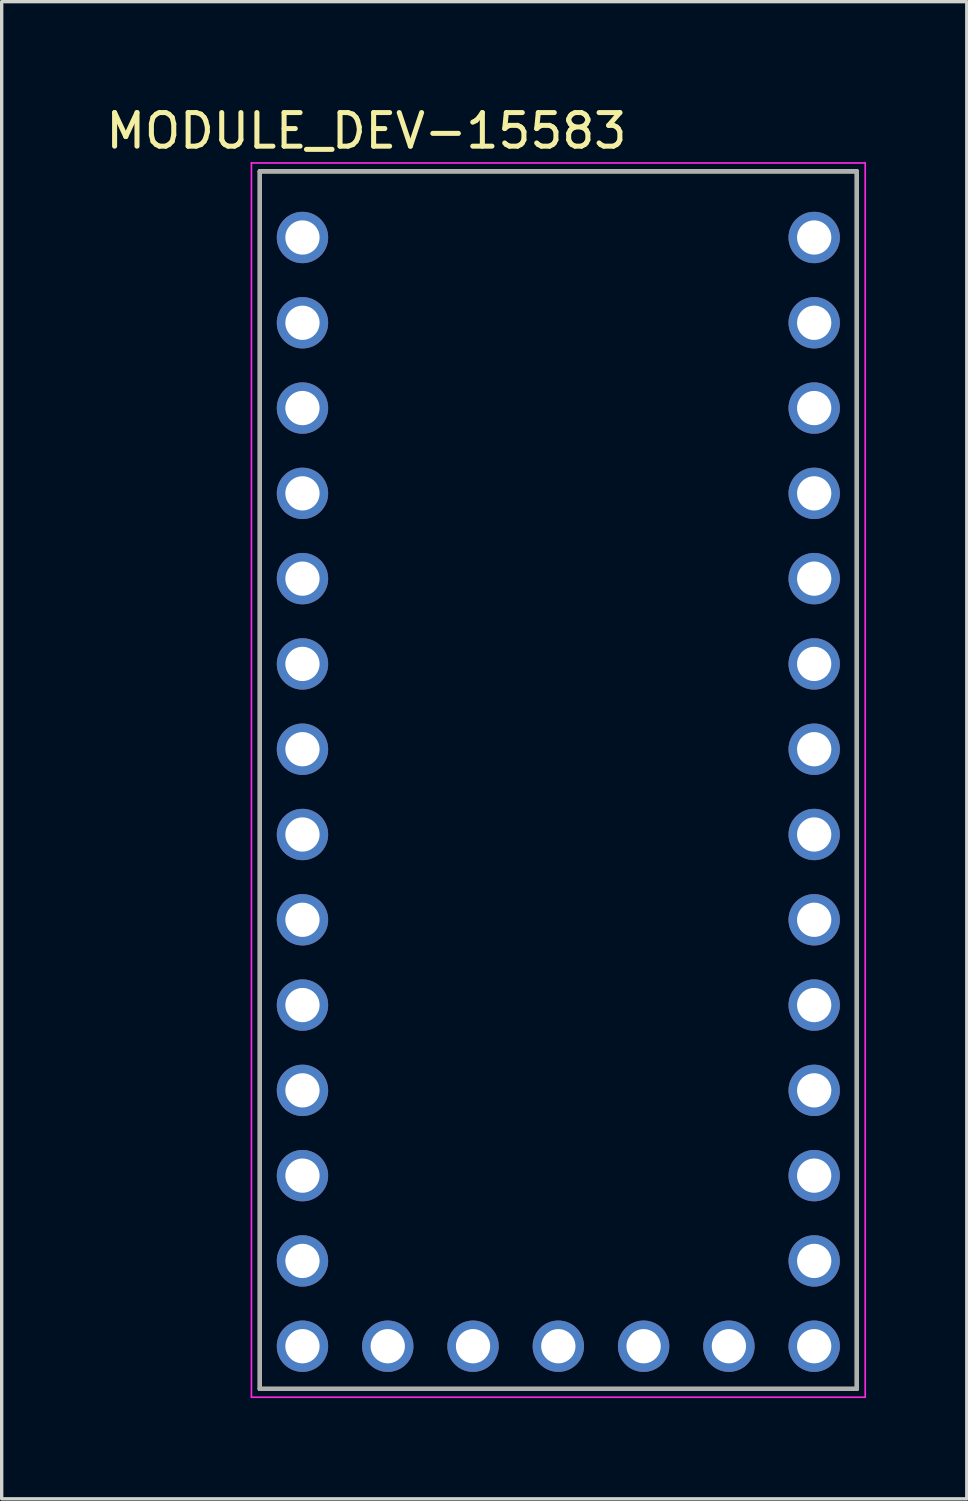
<source format=kicad_pcb>
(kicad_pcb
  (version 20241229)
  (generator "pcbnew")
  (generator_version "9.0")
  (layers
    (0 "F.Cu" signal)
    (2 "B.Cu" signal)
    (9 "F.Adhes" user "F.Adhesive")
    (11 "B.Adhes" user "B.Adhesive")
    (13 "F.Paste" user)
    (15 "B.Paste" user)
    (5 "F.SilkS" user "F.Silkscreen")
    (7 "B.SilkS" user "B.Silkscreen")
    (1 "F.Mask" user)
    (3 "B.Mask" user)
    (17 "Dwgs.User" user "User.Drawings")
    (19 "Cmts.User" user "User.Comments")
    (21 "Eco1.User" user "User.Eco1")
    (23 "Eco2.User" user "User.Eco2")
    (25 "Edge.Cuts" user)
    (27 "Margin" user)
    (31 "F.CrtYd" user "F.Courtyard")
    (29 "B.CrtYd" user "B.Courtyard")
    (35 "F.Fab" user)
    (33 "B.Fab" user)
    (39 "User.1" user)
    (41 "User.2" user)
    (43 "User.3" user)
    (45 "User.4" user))
  (footprint "MODULE_DEV-15583"
    (layer "F.Cu")
    (at 13.578 20.533)
    (property "Reference" "MODULE_DEV-15583" (at -5.715 -19.685 0) (layer "F.SilkS") (effects (font (size 1 1) (thickness 0.15))))
    (attr through_hole)
    (fp_line (start -8.89 -18.48) (end 8.89 -18.48) (stroke (width 0.127) (type solid)) (layer "F.SilkS"))
    (fp_line (start -8.89 17.78) (end -8.89 -18.48) (stroke (width 0.127) (type solid)) (layer "F.SilkS"))
    (fp_line (start 8.89 -18.48) (end 8.89 17.78) (stroke (width 0.127) (type solid)) (layer "F.SilkS"))
    (fp_line (start 8.89 17.78) (end -8.89 17.78) (stroke (width 0.127) (type solid)) (layer "F.SilkS"))
    (fp_line (start -9.14 -18.73) (end 9.14 -18.73) (stroke (width 0.05) (type solid)) (layer "F.CrtYd"))
    (fp_line (start -9.14 18.03) (end -9.14 -18.73) (stroke (width 0.05) (type solid)) (layer "F.CrtYd"))
    (fp_line (start 9.14 -18.73) (end 9.14 18.03) (stroke (width 0.05) (type solid)) (layer "F.CrtYd"))
    (fp_line (start 9.14 18.03) (end -9.14 18.03) (stroke (width 0.05) (type solid)) (layer "F.CrtYd"))
    (fp_line (start -8.89 -18.48) (end 8.89 -18.48) (stroke (width 0.127) (type solid)) (layer "F.Fab"))
    (fp_line (start -8.89 17.78) (end -8.89 -18.48) (stroke (width 0.127) (type solid)) (layer "F.Fab"))
    (fp_line (start 8.89 -18.48) (end 8.89 17.78) (stroke (width 0.127) (type solid)) (layer "F.Fab"))
    (fp_line (start 8.89 17.78) (end -8.89 17.78) (stroke (width 0.127) (type solid)) (layer "F.Fab"))
    (pad "0" thru_hole circle (at -7.62 -13.97) (size 1.53 1.53) (drill 1.02) (layers "*.Cu" "*.Mask"))
    (pad "1" thru_hole circle (at -7.62 -11.43) (size 1.53 1.53) (drill 1.02) (layers "*.Cu" "*.Mask"))
    (pad "2" thru_hole circle (at -7.62 -8.89) (size 1.53 1.53) (drill 1.02) (layers "*.Cu" "*.Mask"))
    (pad "3" thru_hole circle (at -7.62 -6.35) (size 1.53 1.53) (drill 1.02) (layers "*.Cu" "*.Mask"))
    (pad "3.3V_1" thru_hole circle (at -2.54 16.51) (size 1.53 1.53) (drill 1.02) (layers "*.Cu" "*.Mask"))
    (pad "3.3V_2" thru_hole circle (at 7.62 -11.43) (size 1.53 1.53) (drill 1.02) (layers "*.Cu" "*.Mask"))
    (pad "4" thru_hole circle (at -7.62 -3.81) (size 1.53 1.53) (drill 1.02) (layers "*.Cu" "*.Mask"))
    (pad "5" thru_hole circle (at -7.62 -1.27) (size 1.53 1.53) (drill 1.02) (layers "*.Cu" "*.Mask"))
    (pad "6" thru_hole circle (at -7.62 1.27) (size 1.53 1.53) (drill 1.02) (layers "*.Cu" "*.Mask"))
    (pad "7" thru_hole circle (at -7.62 3.81) (size 1.53 1.53) (drill 1.02) (layers "*.Cu" "*.Mask"))
    (pad "8" thru_hole circle (at -7.62 6.35) (size 1.53 1.53) (drill 1.02) (layers "*.Cu" "*.Mask"))
    (pad "9" thru_hole circle (at -7.62 8.89) (size 1.53 1.53) (drill 1.02) (layers "*.Cu" "*.Mask"))
    (pad "10" thru_hole circle (at -7.62 11.43) (size 1.53 1.53) (drill 1.02) (layers "*.Cu" "*.Mask"))
    (pad "11" thru_hole circle (at -7.62 13.97) (size 1.53 1.53) (drill 1.02) (layers "*.Cu" "*.Mask"))
    (pad "12" thru_hole circle (at -7.62 16.51) (size 1.53 1.53) (drill 1.02) (layers "*.Cu" "*.Mask"))
    (pad "13" thru_hole circle (at 7.62 16.51) (size 1.53 1.53) (drill 1.02) (layers "*.Cu" "*.Mask"))
    (pad "14" thru_hole circle (at 7.62 13.97) (size 1.53 1.53) (drill 1.02) (layers "*.Cu" "*.Mask"))
    (pad "15" thru_hole circle (at 7.62 11.43) (size 1.53 1.53) (drill 1.02) (layers "*.Cu" "*.Mask"))
    (pad "16" thru_hole circle (at 7.62 8.89) (size 1.53 1.53) (drill 1.02) (layers "*.Cu" "*.Mask"))
    (pad "17" thru_hole circle (at 7.62 6.35) (size 1.53 1.53) (drill 1.02) (layers "*.Cu" "*.Mask"))
    (pad "18" thru_hole circle (at 7.62 3.81) (size 1.53 1.53) (drill 1.02) (layers "*.Cu" "*.Mask"))
    (pad "19" thru_hole circle (at 7.62 1.27) (size 1.53 1.53) (drill 1.02) (layers "*.Cu" "*.Mask"))
    (pad "20" thru_hole circle (at 7.62 -1.27) (size 1.53 1.53) (drill 1.02) (layers "*.Cu" "*.Mask"))
    (pad "21" thru_hole circle (at 7.62 -3.81) (size 1.53 1.53) (drill 1.02) (layers "*.Cu" "*.Mask"))
    (pad "22" thru_hole circle (at 7.62 -6.35) (size 1.53 1.53) (drill 1.02) (layers "*.Cu" "*.Mask"))
    (pad "23" thru_hole circle (at 7.62 -8.89) (size 1.53 1.53) (drill 1.02) (layers "*.Cu" "*.Mask"))
    (pad "G1" thru_hole circle (at -7.62 -16.51) (size 1.53 1.53) (drill 1.02) (layers "*.Cu" "*.Mask"))
    (pad "G2" thru_hole circle (at 0 16.51) (size 1.53 1.53) (drill 1.02) (layers "*.Cu" "*.Mask"))
    (pad "G3" thru_hole circle (at 7.62 -13.97) (size 1.53 1.53) (drill 1.02) (layers "*.Cu" "*.Mask"))
    (pad "ON-OFF" thru_hole circle (at 5.08 16.51) (size 1.53 1.53) (drill 1.02) (layers "*.Cu" "*.Mask"))
    (pad "PGM" thru_hole circle (at 2.54 16.51) (size 1.53 1.53) (drill 1.02) (layers "*.Cu" "*.Mask"))
    (pad "VBAT" thru_hole circle (at -5.08 16.51) (size 1.53 1.53) (drill 1.02) (layers "*.Cu" "*.Mask"))
    (pad "VIN" thru_hole circle (at 7.62 -16.51) (size 1.53 1.53) (drill 1.02) (layers "*.Cu" "*.Mask")))
  (gr_rect
    (start -3 -3)
    (end 25.743 41.588)
    (stroke (width 0.1) (type default))
    (fill no)
    (layer "Edge.Cuts")))
</source>
